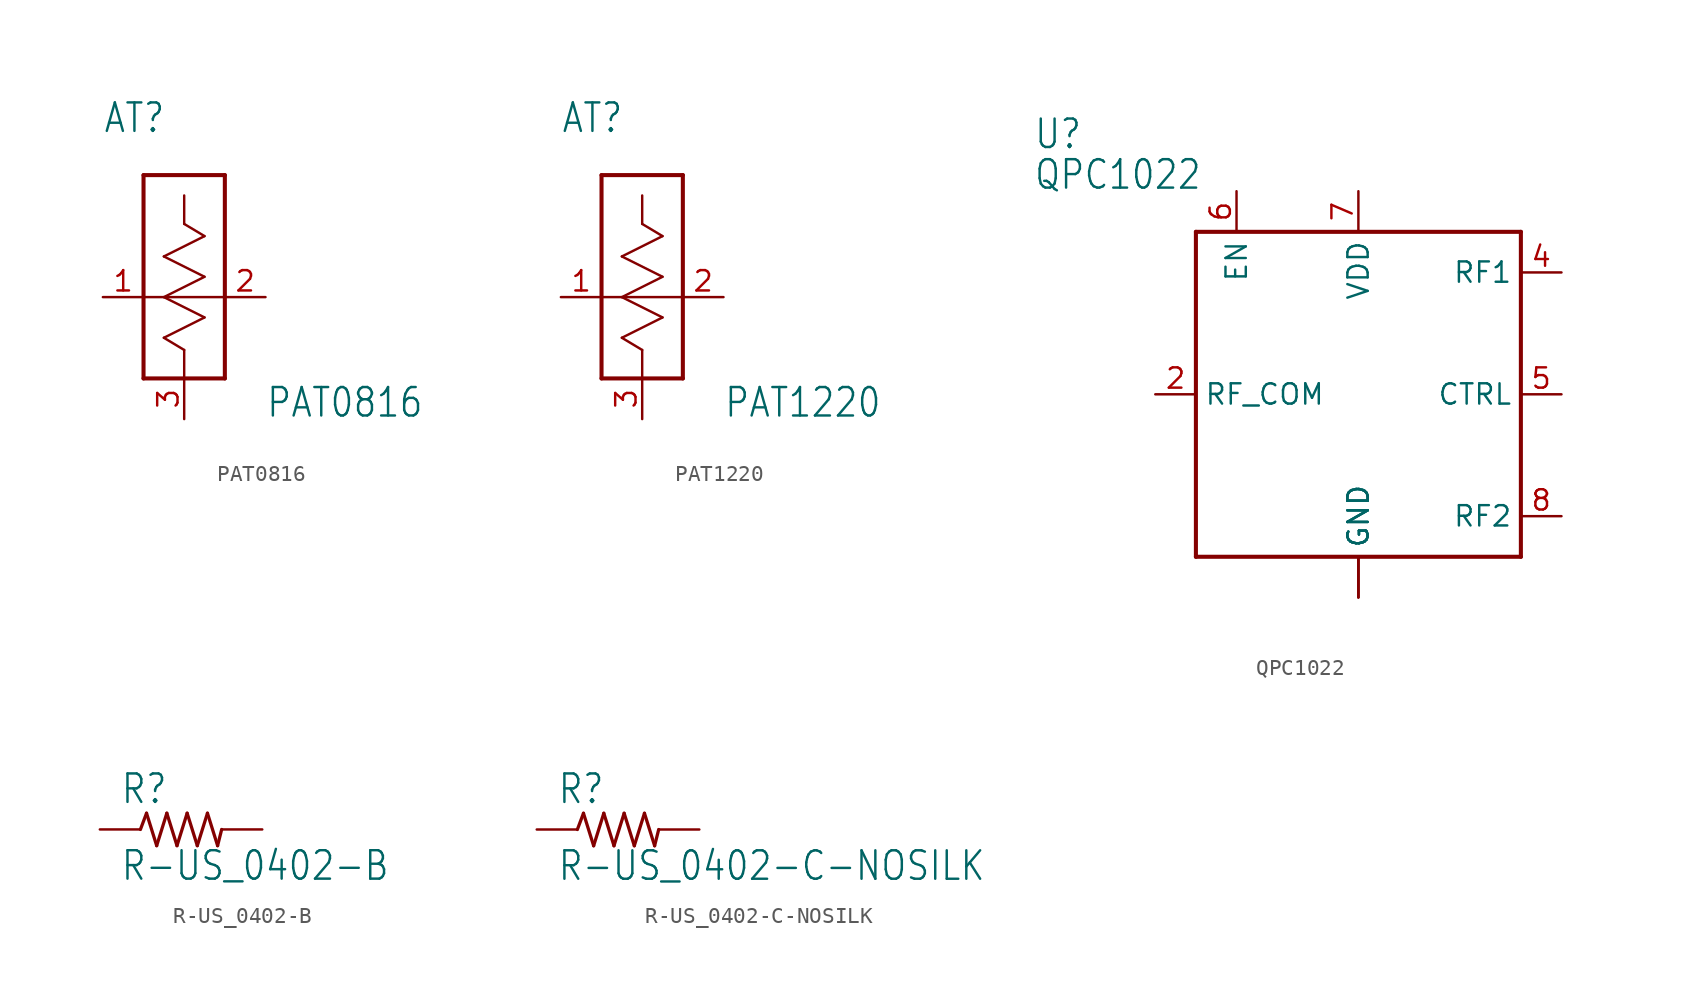
<source format=kicad_sym>
(kicad_symbol_lib
  (version 20211014)
  (generator kicad_symbol_editor)
  (symbol "PAT0816"
    (property "Reference" "AT"
      (at -5.08 10.16 0)
      (effects (font (size 1.778 1.511)) (justify left bottom)))
    (property "Value" "PAT0816"
      (at 5.08 -7.62 0)
      (effects (font (size 1.778 1.511)) (justify left bottom)))
    (property "ki_locked" ""
      (at 0 0 0)
      (effects (font (size 1.27 1.27))))
    (symbol "PAT0816_1_0"
      (polyline (pts (xy -2.54 -5.08) (xy -2.54 7.62)) (stroke (width 0.254) (type default) (color 0 0 0 0)) (fill (type none)))
      (polyline (pts (xy -2.54 0) (xy 2.54 0)) (stroke (width 0.152) (type default) (color 0 0 0 0)) (fill (type none)))
      (polyline (pts (xy -2.54 7.62) (xy 2.54 7.62)) (stroke (width 0.254) (type default) (color 0 0 0 0)) (fill (type none)))
      (polyline (pts (xy -1.27 -2.54) (xy 0 -3.302)) (stroke (width 0.152) (type default) (color 0 0 0 0)) (fill (type none)))
      (polyline (pts (xy -1.27 -2.54) (xy 1.27 -1.27)) (stroke (width 0.152) (type default) (color 0 0 0 0)) (fill (type none)))
      (polyline (pts (xy -1.27 0) (xy 1.27 1.27)) (stroke (width 0.152) (type default) (color 0 0 0 0)) (fill (type none)))
      (polyline (pts (xy -1.27 2.54) (xy 1.27 3.81)) (stroke (width 0.152) (type default) (color 0 0 0 0)) (fill (type none)))
      (polyline (pts (xy 0 -5.08) (xy 0 -3.302)) (stroke (width 0.152) (type default) (color 0 0 0 0)) (fill (type none)))
      (polyline (pts (xy 0 6.35) (xy 0 4.572)) (stroke (width 0.152) (type default) (color 0 0 0 0)) (fill (type none)))
      (polyline (pts (xy 1.27 -1.27) (xy -1.27 0)) (stroke (width 0.152) (type default) (color 0 0 0 0)) (fill (type none)))
      (polyline (pts (xy 1.27 1.27) (xy -1.27 2.54)) (stroke (width 0.152) (type default) (color 0 0 0 0)) (fill (type none)))
      (polyline (pts (xy 1.27 3.81) (xy 0 4.572)) (stroke (width 0.152) (type default) (color 0 0 0 0)) (fill (type none)))
      (polyline (pts (xy 2.54 -5.08) (xy -2.54 -5.08)) (stroke (width 0.254) (type default) (color 0 0 0 0)) (fill (type none)))
      (polyline (pts (xy 2.54 7.62) (xy 2.54 -5.08)) (stroke (width 0.254) (type default) (color 0 0 0 0)) (fill (type none)))
      (pin bidirectional line (at -5.08 0 0) (length 2.54) (name "1" (effects (font (size 0 0)))) (number "1" (effects (font (size 1.27 1.27)))))
      (pin bidirectional line (at 5.08 0 180) (length 2.54) (name "2" (effects (font (size 0 0)))) (number "2" (effects (font (size 1.27 1.27)))))
      (pin power_in line (at 0 -7.62 90) (length 2.54) (name "GND" (effects (font (size 0 0)))) (number "3" (effects (font (size 1.27 1.27)))))))
  (symbol "PAT1220"
    (property "Reference" "AT"
      (at -5.08 10.16 0)
      (effects (font (size 1.778 1.511)) (justify left bottom)))
    (property "Value" "PAT1220"
      (at 5.08 -7.62 0)
      (effects (font (size 1.778 1.511)) (justify left bottom)))
    (property "ki_locked" ""
      (at 0 0 0)
      (effects (font (size 1.27 1.27))))
    (symbol "PAT1220_1_0"
      (polyline (pts (xy -2.54 -5.08) (xy -2.54 7.62)) (stroke (width 0.254) (type default) (color 0 0 0 0)) (fill (type none)))
      (polyline (pts (xy -2.54 0) (xy 2.54 0)) (stroke (width 0.152) (type default) (color 0 0 0 0)) (fill (type none)))
      (polyline (pts (xy -2.54 7.62) (xy 2.54 7.62)) (stroke (width 0.254) (type default) (color 0 0 0 0)) (fill (type none)))
      (polyline (pts (xy -1.27 -2.54) (xy 0 -3.302)) (stroke (width 0.152) (type default) (color 0 0 0 0)) (fill (type none)))
      (polyline (pts (xy -1.27 -2.54) (xy 1.27 -1.27)) (stroke (width 0.152) (type default) (color 0 0 0 0)) (fill (type none)))
      (polyline (pts (xy -1.27 0) (xy 1.27 1.27)) (stroke (width 0.152) (type default) (color 0 0 0 0)) (fill (type none)))
      (polyline (pts (xy -1.27 2.54) (xy 1.27 3.81)) (stroke (width 0.152) (type default) (color 0 0 0 0)) (fill (type none)))
      (polyline (pts (xy 0 -5.08) (xy 0 -3.302)) (stroke (width 0.152) (type default) (color 0 0 0 0)) (fill (type none)))
      (polyline (pts (xy 0 6.35) (xy 0 4.572)) (stroke (width 0.152) (type default) (color 0 0 0 0)) (fill (type none)))
      (polyline (pts (xy 1.27 -1.27) (xy -1.27 0)) (stroke (width 0.152) (type default) (color 0 0 0 0)) (fill (type none)))
      (polyline (pts (xy 1.27 1.27) (xy -1.27 2.54)) (stroke (width 0.152) (type default) (color 0 0 0 0)) (fill (type none)))
      (polyline (pts (xy 1.27 3.81) (xy 0 4.572)) (stroke (width 0.152) (type default) (color 0 0 0 0)) (fill (type none)))
      (polyline (pts (xy 2.54 -5.08) (xy -2.54 -5.08)) (stroke (width 0.254) (type default) (color 0 0 0 0)) (fill (type none)))
      (polyline (pts (xy 2.54 7.62) (xy 2.54 -5.08)) (stroke (width 0.254) (type default) (color 0 0 0 0)) (fill (type none)))
      (pin bidirectional line (at -5.08 0 0) (length 2.54) (name "1" (effects (font (size 0 0)))) (number "1" (effects (font (size 1.27 1.27)))))
      (pin bidirectional line (at 5.08 0 180) (length 2.54) (name "2" (effects (font (size 0 0)))) (number "2" (effects (font (size 1.27 1.27)))))
      (pin power_in line (at 0 -7.62 90) (length 2.54) (name "GND" (effects (font (size 0 0)))) (number "3" (effects (font (size 1.27 1.27)))))))
  (symbol "QPC1022"
    (property "Reference" "U"
      (at -20.32 15.24 0)
      (effects (font (size 1.778 1.511)) (justify left bottom)))
    (property "Value" "QPC1022"
      (at -20.32 12.7 0)
      (effects (font (size 1.778 1.511)) (justify left bottom)))
    (property "ki_locked" ""
      (at 0 0 0)
      (effects (font (size 1.27 1.27))))
    (symbol "QPC1022_1_0"
      (polyline (pts (xy -10.16 -10.16) (xy -10.16 10.16)) (stroke (width 0.254) (type default) (color 0 0 0 0)) (fill (type none)))
      (polyline (pts (xy -10.16 10.16) (xy 10.16 10.16)) (stroke (width 0.254) (type default) (color 0 0 0 0)) (fill (type none)))
      (polyline (pts (xy 10.16 -10.16) (xy -10.16 -10.16)) (stroke (width 0.254) (type default) (color 0 0 0 0)) (fill (type none)))
      (polyline (pts (xy 10.16 10.16) (xy 10.16 -10.16)) (stroke (width 0.254) (type default) (color 0 0 0 0)) (fill (type none)))
      (pin power_in line (at 0 -12.7 90) (length 2.54) (name "GND" (effects (font (size 1.27 1.27)))) (number "1" (effects (font (size 0 0)))))
      (pin bidirectional line (at -12.7 0 0) (length 2.54) (name "RF_COM" (effects (font (size 1.27 1.27)))) (number "2" (effects (font (size 1.27 1.27)))))
      (pin power_in line (at 0 -12.7 90) (length 2.54) (name "GND" (effects (font (size 1.27 1.27)))) (number "3" (effects (font (size 0 0)))))
      (pin bidirectional line (at 12.7 7.62 180) (length 2.54) (name "RF1" (effects (font (size 1.27 1.27)))) (number "4" (effects (font (size 1.27 1.27)))))
      (pin bidirectional line (at 12.7 0 180) (length 2.54) (name "CTRL" (effects (font (size 1.27 1.27)))) (number "5" (effects (font (size 1.27 1.27)))))
      (pin bidirectional line (at -7.62 12.7 270) (length 2.54) (name "EN" (effects (font (size 1.27 1.27)))) (number "6" (effects (font (size 1.27 1.27)))))
      (pin power_in line (at 0 12.7 270) (length 2.54) (name "VDD" (effects (font (size 1.27 1.27)))) (number "7" (effects (font (size 1.27 1.27)))))
      (pin bidirectional line (at 12.7 -7.62 180) (length 2.54) (name "RF2" (effects (font (size 1.27 1.27)))) (number "8" (effects (font (size 1.27 1.27)))))
      (pin power_in line (at 0 -12.7 90) (length 2.54) (name "GND" (effects (font (size 1.27 1.27)))) (number "9" (effects (font (size 0 0)))))))
  (symbol "R-US_0402-B"
    (property "Reference" "R"
      (at -3.81 1.499 0)
      (effects (font (size 1.778 1.511)) (justify left bottom)))
    (property "Value" "R-US_0402-B"
      (at -3.81 -3.302 0)
      (effects (font (size 1.778 1.511)) (justify left bottom)))
    (property "ki_locked" ""
      (at 0 0 0)
      (effects (font (size 1.27 1.27))))
    (symbol "R-US_0402-B_1_0"
      (polyline (pts (xy -2.54 0) (xy -2.159 1.016)) (stroke (width 0.203) (type default) (color 0 0 0 0)) (fill (type none)))
      (polyline (pts (xy -2.159 1.016) (xy -1.524 -1.016)) (stroke (width 0.203) (type default) (color 0 0 0 0)) (fill (type none)))
      (polyline (pts (xy -1.524 -1.016) (xy -0.889 1.016)) (stroke (width 0.203) (type default) (color 0 0 0 0)) (fill (type none)))
      (polyline (pts (xy -0.889 1.016) (xy -0.254 -1.016)) (stroke (width 0.203) (type default) (color 0 0 0 0)) (fill (type none)))
      (polyline (pts (xy -0.254 -1.016) (xy 0.381 1.016)) (stroke (width 0.203) (type default) (color 0 0 0 0)) (fill (type none)))
      (polyline (pts (xy 0.381 1.016) (xy 1.016 -1.016)) (stroke (width 0.203) (type default) (color 0 0 0 0)) (fill (type none)))
      (polyline (pts (xy 1.016 -1.016) (xy 1.651 1.016)) (stroke (width 0.203) (type default) (color 0 0 0 0)) (fill (type none)))
      (polyline (pts (xy 1.651 1.016) (xy 2.286 -1.016)) (stroke (width 0.203) (type default) (color 0 0 0 0)) (fill (type none)))
      (polyline (pts (xy 2.286 -1.016) (xy 2.54 0)) (stroke (width 0.203) (type default) (color 0 0 0 0)) (fill (type none)))
      (pin passive line (at -5.08 0 0) (length 2.54) (name "1" (effects (font (size 0 0)))) (number "1" (effects (font (size 0 0)))))
      (pin passive line (at 5.08 0 180) (length 2.54) (name "2" (effects (font (size 0 0)))) (number "2" (effects (font (size 0 0)))))))
  (symbol "R-US_0402-C-NOSILK"
    (property "Reference" "R"
      (at -3.81 1.499 0)
      (effects (font (size 1.778 1.511)) (justify left bottom)))
    (property "Value" "R-US_0402-C-NOSILK"
      (at -3.81 -3.302 0)
      (effects (font (size 1.778 1.511)) (justify left bottom)))
    (property "ki_locked" ""
      (at 0 0 0)
      (effects (font (size 1.27 1.27))))
    (symbol "R-US_0402-C-NOSILK_1_0"
      (polyline (pts (xy -2.54 0) (xy -2.159 1.016)) (stroke (width 0.203) (type default) (color 0 0 0 0)) (fill (type none)))
      (polyline (pts (xy -2.159 1.016) (xy -1.524 -1.016)) (stroke (width 0.203) (type default) (color 0 0 0 0)) (fill (type none)))
      (polyline (pts (xy -1.524 -1.016) (xy -0.889 1.016)) (stroke (width 0.203) (type default) (color 0 0 0 0)) (fill (type none)))
      (polyline (pts (xy -0.889 1.016) (xy -0.254 -1.016)) (stroke (width 0.203) (type default) (color 0 0 0 0)) (fill (type none)))
      (polyline (pts (xy -0.254 -1.016) (xy 0.381 1.016)) (stroke (width 0.203) (type default) (color 0 0 0 0)) (fill (type none)))
      (polyline (pts (xy 0.381 1.016) (xy 1.016 -1.016)) (stroke (width 0.203) (type default) (color 0 0 0 0)) (fill (type none)))
      (polyline (pts (xy 1.016 -1.016) (xy 1.651 1.016)) (stroke (width 0.203) (type default) (color 0 0 0 0)) (fill (type none)))
      (polyline (pts (xy 1.651 1.016) (xy 2.286 -1.016)) (stroke (width 0.203) (type default) (color 0 0 0 0)) (fill (type none)))
      (polyline (pts (xy 2.286 -1.016) (xy 2.54 0)) (stroke (width 0.203) (type default) (color 0 0 0 0)) (fill (type none)))
      (pin passive line (at -5.08 0 0) (length 2.54) (name "1" (effects (font (size 0 0)))) (number "1" (effects (font (size 0 0)))))
      (pin passive line (at 5.08 0 180) (length 2.54) (name "2" (effects (font (size 0 0)))) (number "2" (effects (font (size 0 0))))))))
</source>
